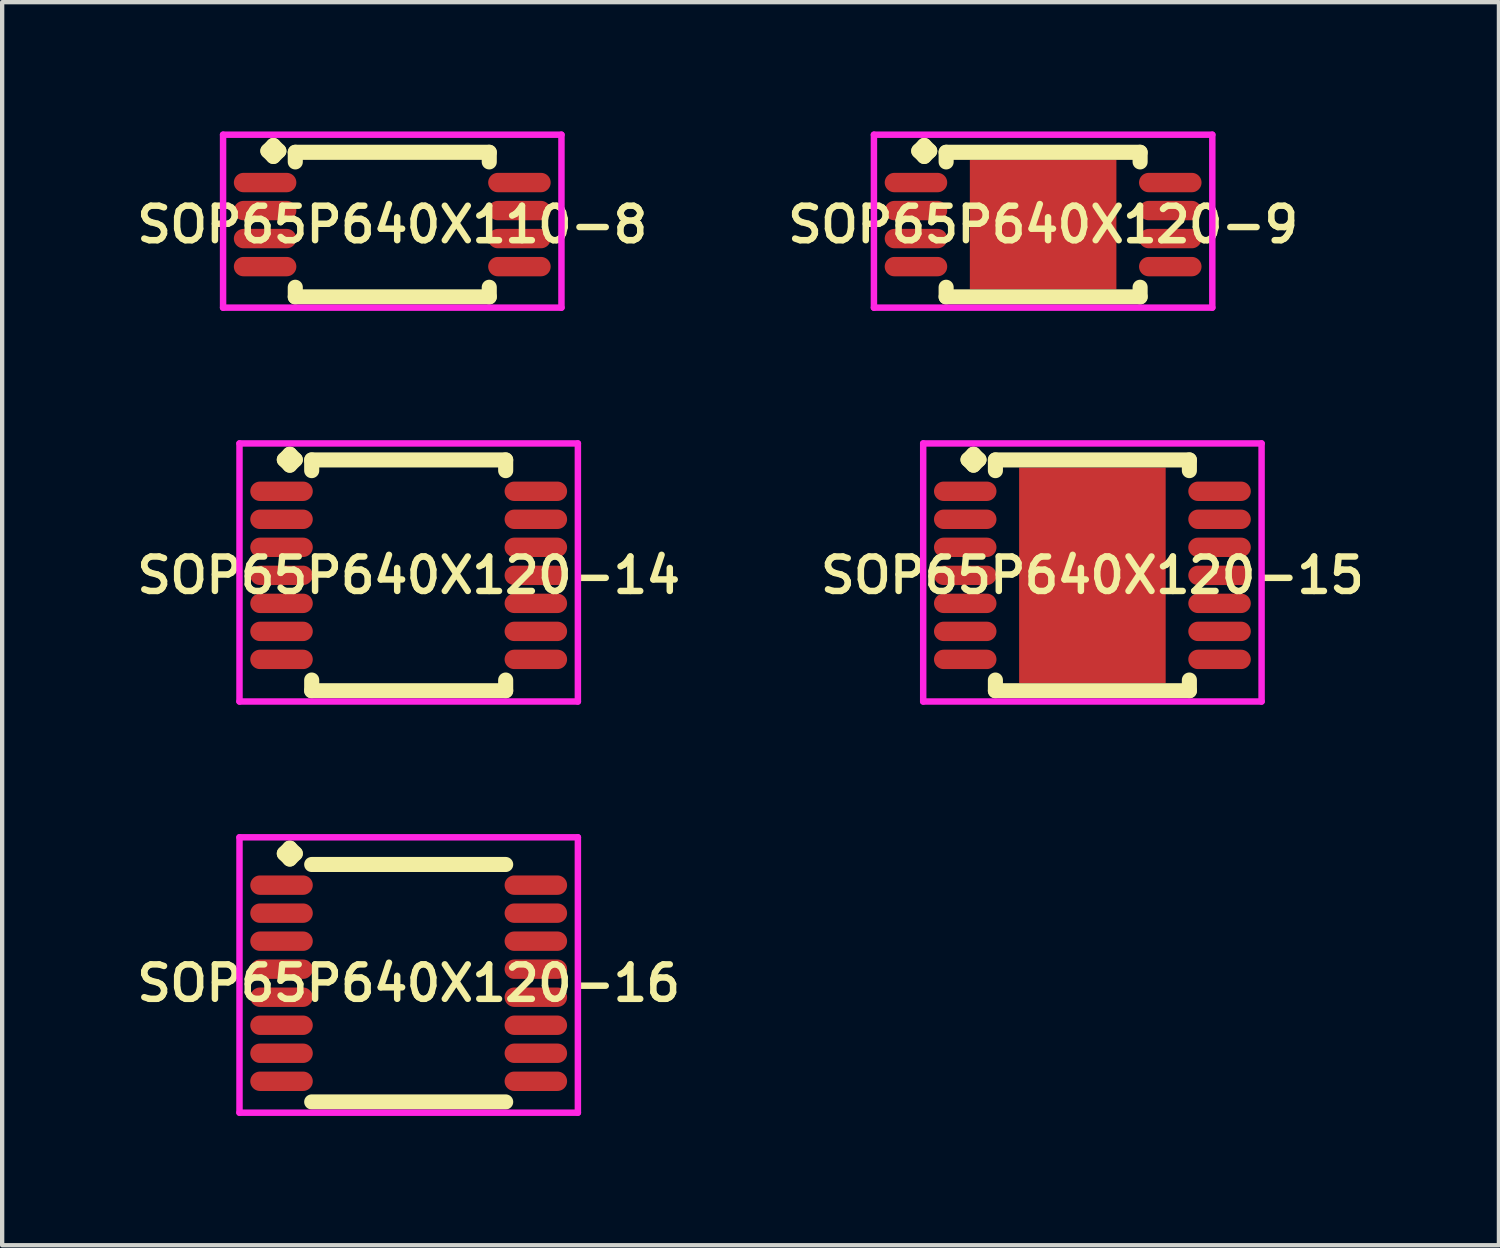
<source format=kicad_pcb>
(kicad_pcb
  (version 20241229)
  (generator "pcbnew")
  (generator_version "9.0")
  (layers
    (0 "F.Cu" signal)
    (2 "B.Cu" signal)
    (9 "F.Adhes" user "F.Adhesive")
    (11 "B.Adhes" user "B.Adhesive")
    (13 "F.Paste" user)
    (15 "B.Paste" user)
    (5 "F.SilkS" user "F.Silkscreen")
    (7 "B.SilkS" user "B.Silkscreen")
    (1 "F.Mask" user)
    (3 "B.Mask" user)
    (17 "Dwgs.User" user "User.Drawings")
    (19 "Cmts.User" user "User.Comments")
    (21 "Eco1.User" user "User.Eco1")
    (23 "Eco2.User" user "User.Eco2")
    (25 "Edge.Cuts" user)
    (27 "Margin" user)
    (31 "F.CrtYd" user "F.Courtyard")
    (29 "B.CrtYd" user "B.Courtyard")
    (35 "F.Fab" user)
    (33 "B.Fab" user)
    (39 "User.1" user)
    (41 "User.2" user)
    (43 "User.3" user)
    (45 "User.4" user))
  (footprint "SOP65P640X120-14"
    (layer "F.Cu")
    (at 6.431 10.297)
    (property "Reference" "SOP65P640X120-14" (at 0 0 0) (layer "F.SilkS") (effects (font (size 0.8 0.8) (thickness 0.15))))
    (attr smd)
    (fp_line (start -2.885 -2.683) (end -2.758 -2.81) (stroke (width 0.35) (type solid)) (layer "F.SilkS"))
    (fp_line (start -2.758 -2.81) (end -2.631 -2.683) (stroke (width 0.35) (type solid)) (layer "F.SilkS"))
    (fp_line (start -2.758 -2.556) (end -2.885 -2.683) (stroke (width 0.35) (type solid)) (layer "F.SilkS"))
    (fp_line (start -2.631 -2.683) (end -2.758 -2.556) (stroke (width 0.35) (type solid)) (layer "F.SilkS"))
    (fp_line (start -2.25 -2.677) (end 2.25 -2.677) (stroke (width 0.35) (type solid)) (layer "F.SilkS"))
    (fp_line (start -2.25 -2.429) (end -2.25 -2.677) (stroke (width 0.35) (type solid)) (layer "F.SilkS"))
    (fp_line (start -2.25 2.429) (end -2.25 2.677) (stroke (width 0.35) (type solid)) (layer "F.SilkS"))
    (fp_line (start -2.25 2.677) (end 2.25 2.677) (stroke (width 0.35) (type solid)) (layer "F.SilkS"))
    (fp_line (start 2.25 -2.677) (end 2.25 -2.429) (stroke (width 0.35) (type solid)) (layer "F.SilkS"))
    (fp_line (start 2.25 2.677) (end 2.25 2.429) (stroke (width 0.35) (type solid)) (layer "F.SilkS"))
    (fp_line (start -3.925 -3.06) (end 3.925 -3.06) (stroke (width 0.15) (type solid)) (layer "F.CrtYd"))
    (fp_line (start -3.925 2.927) (end -3.925 -3.06) (stroke (width 0.15) (type solid)) (layer "F.CrtYd"))
    (fp_line (start 3.925 -3.06) (end 3.925 2.927) (stroke (width 0.15) (type solid)) (layer "F.CrtYd"))
    (fp_line (start 3.925 2.927) (end -3.925 2.927) (stroke (width 0.15) (type solid)) (layer "F.CrtYd"))
    (pad "1" smd oval (at -2.95 -1.95) (size 1.45 0.45) (layers "F.Cu" "F.Mask" "F.Paste"))
    (pad "2" smd oval (at -2.95 -1.3) (size 1.45 0.45) (layers "F.Cu" "F.Mask" "F.Paste"))
    (pad "3" smd oval (at -2.95 -0.65) (size 1.45 0.45) (layers "F.Cu" "F.Mask" "F.Paste"))
    (pad "4" smd oval (at -2.95 0) (size 1.45 0.45) (layers "F.Cu" "F.Mask" "F.Paste"))
    (pad "5" smd oval (at -2.95 0.65) (size 1.45 0.45) (layers "F.Cu" "F.Mask" "F.Paste"))
    (pad "6" smd oval (at -2.95 1.3) (size 1.45 0.45) (layers "F.Cu" "F.Mask" "F.Paste"))
    (pad "7" smd oval (at -2.95 1.95) (size 1.45 0.45) (layers "F.Cu" "F.Mask" "F.Paste"))
    (pad "8" smd oval (at 2.95 1.95) (size 1.45 0.45) (layers "F.Cu" "F.Mask" "F.Paste"))
    (pad "9" smd oval (at 2.95 1.3) (size 1.45 0.45) (layers "F.Cu" "F.Mask" "F.Paste"))
    (pad "10" smd oval (at 2.95 0.65) (size 1.45 0.45) (layers "F.Cu" "F.Mask" "F.Paste"))
    (pad "11" smd oval (at 2.95 0) (size 1.45 0.45) (layers "F.Cu" "F.Mask" "F.Paste"))
    (pad "12" smd oval (at 2.95 -0.65) (size 1.45 0.45) (layers "F.Cu" "F.Mask" "F.Paste"))
    (pad "13" smd oval (at 2.95 -1.3) (size 1.45 0.45) (layers "F.Cu" "F.Mask" "F.Paste"))
    (pad "14" smd oval (at 2.95 -1.95) (size 1.45 0.45) (layers "F.Cu" "F.Mask" "F.Paste")))
  (footprint "SOP65P640X120-15"
    (layer "F.Cu")
    (at 22.292 10.297)
    (property "Reference" "SOP65P640X120-15" (at 0 0 0) (layer "F.SilkS") (effects (font (size 0.8 0.8) (thickness 0.15))))
    (attr smd)
    (fp_line (start -2.885 -2.683) (end -2.758 -2.81) (stroke (width 0.35) (type solid)) (layer "F.SilkS"))
    (fp_line (start -2.758 -2.81) (end -2.631 -2.683) (stroke (width 0.35) (type solid)) (layer "F.SilkS"))
    (fp_line (start -2.758 -2.556) (end -2.885 -2.683) (stroke (width 0.35) (type solid)) (layer "F.SilkS"))
    (fp_line (start -2.631 -2.683) (end -2.758 -2.556) (stroke (width 0.35) (type solid)) (layer "F.SilkS"))
    (fp_line (start -2.25 -2.677) (end 2.25 -2.677) (stroke (width 0.35) (type solid)) (layer "F.SilkS"))
    (fp_line (start -2.25 -2.429) (end -2.25 -2.677) (stroke (width 0.35) (type solid)) (layer "F.SilkS"))
    (fp_line (start -2.25 2.429) (end -2.25 2.677) (stroke (width 0.35) (type solid)) (layer "F.SilkS"))
    (fp_line (start -2.25 2.677) (end 2.25 2.677) (stroke (width 0.35) (type solid)) (layer "F.SilkS"))
    (fp_line (start 2.25 -2.677) (end 2.25 -2.429) (stroke (width 0.35) (type solid)) (layer "F.SilkS"))
    (fp_line (start 2.25 2.677) (end 2.25 2.429) (stroke (width 0.35) (type solid)) (layer "F.SilkS"))
    (fp_line (start -3.925 -3.06) (end 3.925 -3.06) (stroke (width 0.15) (type solid)) (layer "F.CrtYd"))
    (fp_line (start -3.925 2.927) (end -3.925 -3.06) (stroke (width 0.15) (type solid)) (layer "F.CrtYd"))
    (fp_line (start 3.925 -3.06) (end 3.925 2.927) (stroke (width 0.15) (type solid)) (layer "F.CrtYd"))
    (fp_line (start 3.925 2.927) (end -3.925 2.927) (stroke (width 0.15) (type solid)) (layer "F.CrtYd"))
    (pad "1" smd oval (at -2.95 -1.95) (size 1.45 0.45) (layers "F.Cu" "F.Mask" "F.Paste"))
    (pad "2" smd oval (at -2.95 -1.3) (size 1.45 0.45) (layers "F.Cu" "F.Mask" "F.Paste"))
    (pad "3" smd oval (at -2.95 -0.65) (size 1.45 0.45) (layers "F.Cu" "F.Mask" "F.Paste"))
    (pad "4" smd oval (at -2.95 0) (size 1.45 0.45) (layers "F.Cu" "F.Mask" "F.Paste"))
    (pad "5" smd oval (at -2.95 0.65) (size 1.45 0.45) (layers "F.Cu" "F.Mask" "F.Paste"))
    (pad "6" smd oval (at -2.95 1.3) (size 1.45 0.45) (layers "F.Cu" "F.Mask" "F.Paste"))
    (pad "7" smd oval (at -2.95 1.95) (size 1.45 0.45) (layers "F.Cu" "F.Mask" "F.Paste"))
    (pad "8" smd oval (at 2.95 1.95) (size 1.45 0.45) (layers "F.Cu" "F.Mask" "F.Paste"))
    (pad "9" smd oval (at 2.95 1.3) (size 1.45 0.45) (layers "F.Cu" "F.Mask" "F.Paste"))
    (pad "10" smd oval (at 2.95 0.65) (size 1.45 0.45) (layers "F.Cu" "F.Mask" "F.Paste"))
    (pad "11" smd oval (at 2.95 0) (size 1.45 0.45) (layers "F.Cu" "F.Mask" "F.Paste"))
    (pad "12" smd oval (at 2.95 -0.65) (size 1.45 0.45) (layers "F.Cu" "F.Mask" "F.Paste"))
    (pad "13" smd oval (at 2.95 -1.3) (size 1.45 0.45) (layers "F.Cu" "F.Mask" "F.Paste"))
    (pad "14" smd oval (at 2.95 -1.95) (size 1.45 0.45) (layers "F.Cu" "F.Mask" "F.Paste"))
    (pad "15" smd rect (at 0 0) (size 3.4 5) (layers "F.Cu" "F.Mask" "F.Paste")))
  (footprint "SOP65P640X120-9"
    (layer "F.Cu")
    (at 21.149 2.16)
    (property "Reference" "SOP65P640X120-9" (at 0 0 0) (layer "F.SilkS") (effects (font (size 0.8 0.8) (thickness 0.15))))
    (attr through_hole)
    (fp_line (start -2.885 -1.708) (end -2.758 -1.835) (stroke (width 0.35) (type solid)) (layer "F.SilkS"))
    (fp_line (start -2.758 -1.835) (end -2.631 -1.708) (stroke (width 0.35) (type solid)) (layer "F.SilkS"))
    (fp_line (start -2.758 -1.581) (end -2.885 -1.708) (stroke (width 0.35) (type solid)) (layer "F.SilkS"))
    (fp_line (start -2.631 -1.708) (end -2.758 -1.581) (stroke (width 0.35) (type solid)) (layer "F.SilkS"))
    (fp_line (start -2.25 -1.677) (end 2.25 -1.677) (stroke (width 0.35) (type solid)) (layer "F.SilkS"))
    (fp_line (start -2.25 -1.454) (end -2.25 -1.677) (stroke (width 0.35) (type solid)) (layer "F.SilkS"))
    (fp_line (start -2.25 1.454) (end -2.25 1.677) (stroke (width 0.35) (type solid)) (layer "F.SilkS"))
    (fp_line (start -2.25 1.677) (end 2.25 1.677) (stroke (width 0.35) (type solid)) (layer "F.SilkS"))
    (fp_line (start 2.25 -1.677) (end 2.25 -1.454) (stroke (width 0.35) (type solid)) (layer "F.SilkS"))
    (fp_line (start 2.25 1.677) (end 2.25 1.454) (stroke (width 0.35) (type solid)) (layer "F.SilkS"))
    (fp_line (start -3.925 -2.085) (end 3.925 -2.085) (stroke (width 0.15) (type solid)) (layer "F.CrtYd"))
    (fp_line (start -3.925 1.927) (end -3.925 -2.085) (stroke (width 0.15) (type solid)) (layer "F.CrtYd"))
    (fp_line (start 3.925 -2.085) (end 3.925 1.927) (stroke (width 0.15) (type solid)) (layer "F.CrtYd"))
    (fp_line (start 3.925 1.927) (end -3.925 1.927) (stroke (width 0.15) (type solid)) (layer "F.CrtYd"))
    (pad "1" smd oval (at -2.95 -0.975) (size 1.45 0.45) (layers "F.Cu" "F.Mask" "F.Paste"))
    (pad "2" smd oval (at -2.95 -0.325) (size 1.45 0.45) (layers "F.Cu" "F.Mask" "F.Paste"))
    (pad "3" smd oval (at -2.95 0.325) (size 1.45 0.45) (layers "F.Cu" "F.Mask" "F.Paste"))
    (pad "4" smd oval (at -2.95 0.975) (size 1.45 0.45) (layers "F.Cu" "F.Mask" "F.Paste"))
    (pad "5" smd oval (at 2.95 0.975) (size 1.45 0.45) (layers "F.Cu" "F.Mask" "F.Paste"))
    (pad "6" smd oval (at 2.95 0.325) (size 1.45 0.45) (layers "F.Cu" "F.Mask" "F.Paste"))
    (pad "7" smd oval (at 2.95 -0.325) (size 1.45 0.45) (layers "F.Cu" "F.Mask" "F.Paste"))
    (pad "8" smd oval (at 2.95 -0.975) (size 1.45 0.45) (layers "F.Cu" "F.Mask" "F.Paste"))
    (pad "9" smd rect (at 0 0) (size 3.4 3) (layers "F.Cu" "F.Mask" "F.Paste")))
  (footprint "SOP65P640X120-16"
    (layer "F.Cu")
    (at 6.431 19.759)
    (property "Reference" "SOP65P640X120-16" (at 0 0 0) (layer "F.SilkS") (effects (font (size 0.8 0.8) (thickness 0.15))))
    (attr smd)
    (fp_line (start -2.885 -3.008) (end -2.758 -3.135) (stroke (width 0.35) (type solid)) (layer "F.SilkS"))
    (fp_line (start -2.758 -3.135) (end -2.631 -3.008) (stroke (width 0.35) (type solid)) (layer "F.SilkS"))
    (fp_line (start -2.758 -2.881) (end -2.885 -3.008) (stroke (width 0.35) (type solid)) (layer "F.SilkS"))
    (fp_line (start -2.631 -3.008) (end -2.758 -2.881) (stroke (width 0.35) (type solid)) (layer "F.SilkS"))
    (fp_line (start -2.25 -2.754) (end 2.25 -2.754) (stroke (width 0.35) (type solid)) (layer "F.SilkS"))
    (fp_line (start -2.25 2.754) (end 2.25 2.754) (stroke (width 0.35) (type solid)) (layer "F.SilkS"))
    (fp_line (start -3.925 -3.385) (end 3.925 -3.385) (stroke (width 0.15) (type solid)) (layer "F.CrtYd"))
    (fp_line (start -3.925 3.004) (end -3.925 -3.385) (stroke (width 0.15) (type solid)) (layer "F.CrtYd"))
    (fp_line (start 3.925 -3.385) (end 3.925 3.004) (stroke (width 0.15) (type solid)) (layer "F.CrtYd"))
    (fp_line (start 3.925 3.004) (end -3.925 3.004) (stroke (width 0.15) (type solid)) (layer "F.CrtYd"))
    (pad "1" smd oval (at -2.95 -2.275) (size 1.45 0.45) (layers "F.Cu" "F.Mask" "F.Paste"))
    (pad "2" smd oval (at -2.95 -1.625) (size 1.45 0.45) (layers "F.Cu" "F.Mask" "F.Paste"))
    (pad "3" smd oval (at -2.95 -0.975) (size 1.45 0.45) (layers "F.Cu" "F.Mask" "F.Paste"))
    (pad "4" smd oval (at -2.95 -0.325) (size 1.45 0.45) (layers "F.Cu" "F.Mask" "F.Paste"))
    (pad "5" smd oval (at -2.95 0.325) (size 1.45 0.45) (layers "F.Cu" "F.Mask" "F.Paste"))
    (pad "6" smd oval (at -2.95 0.975) (size 1.45 0.45) (layers "F.Cu" "F.Mask" "F.Paste"))
    (pad "7" smd oval (at -2.95 1.625) (size 1.45 0.45) (layers "F.Cu" "F.Mask" "F.Paste"))
    (pad "8" smd oval (at -2.95 2.275) (size 1.45 0.45) (layers "F.Cu" "F.Mask" "F.Paste"))
    (pad "9" smd oval (at 2.95 2.275) (size 1.45 0.45) (layers "F.Cu" "F.Mask" "F.Paste"))
    (pad "10" smd oval (at 2.95 1.625) (size 1.45 0.45) (layers "F.Cu" "F.Mask" "F.Paste"))
    (pad "11" smd oval (at 2.95 0.975) (size 1.45 0.45) (layers "F.Cu" "F.Mask" "F.Paste"))
    (pad "12" smd oval (at 2.95 0.325) (size 1.45 0.45) (layers "F.Cu" "F.Mask" "F.Paste"))
    (pad "13" smd oval (at 2.95 -0.325) (size 1.45 0.45) (layers "F.Cu" "F.Mask" "F.Paste"))
    (pad "14" smd oval (at 2.95 -0.975) (size 1.45 0.45) (layers "F.Cu" "F.Mask" "F.Paste"))
    (pad "15" smd oval (at 2.95 -1.625) (size 1.45 0.45) (layers "F.Cu" "F.Mask" "F.Paste"))
    (pad "16" smd oval (at 2.95 -2.275) (size 1.45 0.45) (layers "F.Cu" "F.Mask" "F.Paste")))
  (footprint "SOP65P640X110-8"
    (layer "F.Cu")
    (at 6.05 2.16)
    (property "Reference" "SOP65P640X110-8" (at 0 0 0) (layer "F.SilkS") (effects (font (size 0.8 0.8) (thickness 0.15))))
    (attr smd)
    (fp_line (start -2.885 -1.708) (end -2.758 -1.835) (stroke (width 0.35) (type solid)) (layer "F.SilkS"))
    (fp_line (start -2.758 -1.835) (end -2.631 -1.708) (stroke (width 0.35) (type solid)) (layer "F.SilkS"))
    (fp_line (start -2.758 -1.581) (end -2.885 -1.708) (stroke (width 0.35) (type solid)) (layer "F.SilkS"))
    (fp_line (start -2.631 -1.708) (end -2.758 -1.581) (stroke (width 0.35) (type solid)) (layer "F.SilkS"))
    (fp_line (start -2.25 -1.677) (end 2.25 -1.677) (stroke (width 0.35) (type solid)) (layer "F.SilkS"))
    (fp_line (start -2.25 -1.454) (end -2.25 -1.677) (stroke (width 0.35) (type solid)) (layer "F.SilkS"))
    (fp_line (start -2.25 1.454) (end -2.25 1.677) (stroke (width 0.35) (type solid)) (layer "F.SilkS"))
    (fp_line (start -2.25 1.677) (end 2.25 1.677) (stroke (width 0.35) (type solid)) (layer "F.SilkS"))
    (fp_line (start 2.25 -1.677) (end 2.25 -1.454) (stroke (width 0.35) (type solid)) (layer "F.SilkS"))
    (fp_line (start 2.25 1.677) (end 2.25 1.454) (stroke (width 0.35) (type solid)) (layer "F.SilkS"))
    (fp_line (start -3.925 -2.085) (end 3.925 -2.085) (stroke (width 0.15) (type solid)) (layer "F.CrtYd"))
    (fp_line (start -3.925 1.927) (end -3.925 -2.085) (stroke (width 0.15) (type solid)) (layer "F.CrtYd"))
    (fp_line (start 3.925 -2.085) (end 3.925 1.927) (stroke (width 0.15) (type solid)) (layer "F.CrtYd"))
    (fp_line (start 3.925 1.927) (end -3.925 1.927) (stroke (width 0.15) (type solid)) (layer "F.CrtYd"))
    (pad "1" smd oval (at -2.95 -0.975) (size 1.45 0.45) (layers "F.Cu" "F.Mask" "F.Paste"))
    (pad "2" smd oval (at -2.95 -0.325) (size 1.45 0.45) (layers "F.Cu" "F.Mask" "F.Paste"))
    (pad "3" smd oval (at -2.95 0.325) (size 1.45 0.45) (layers "F.Cu" "F.Mask" "F.Paste"))
    (pad "4" smd oval (at -2.95 0.975) (size 1.45 0.45) (layers "F.Cu" "F.Mask" "F.Paste"))
    (pad "5" smd oval (at 2.95 0.975) (size 1.45 0.45) (layers "F.Cu" "F.Mask" "F.Paste"))
    (pad "6" smd oval (at 2.95 0.325) (size 1.45 0.45) (layers "F.Cu" "F.Mask" "F.Paste"))
    (pad "7" smd oval (at 2.95 -0.325) (size 1.45 0.45) (layers "F.Cu" "F.Mask" "F.Paste"))
    (pad "8" smd oval (at 2.95 -0.975) (size 1.45 0.45) (layers "F.Cu" "F.Mask" "F.Paste")))
  (gr_rect
    (start -3 -3)
    (end 31.723 25.838)
    (stroke (width 0.1) (type default))
    (fill no)
    (layer "Edge.Cuts")))
</source>
